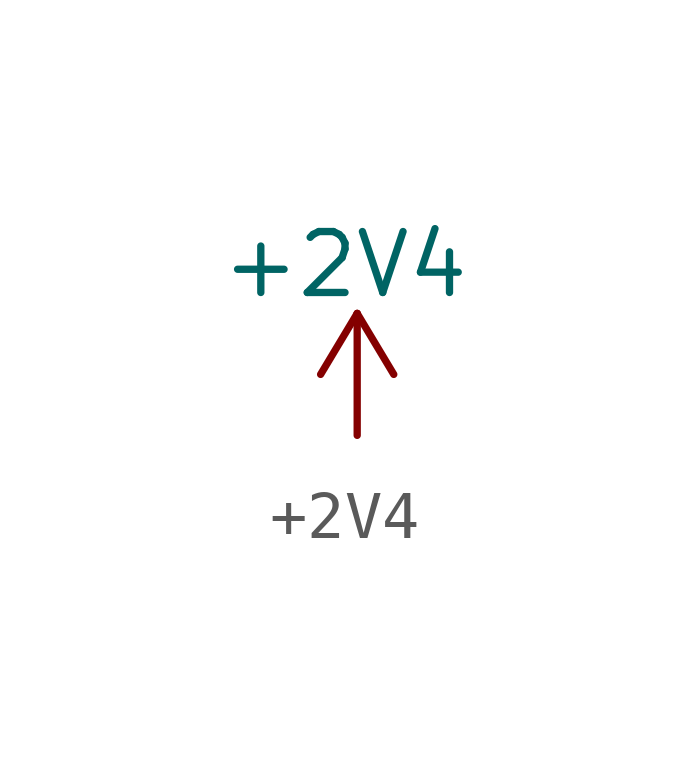
<source format=kicad_sym>
(kicad_symbol_lib
  (version 20220914)
  (generator kicad_symbol_editor)
  (symbol "+2V4"
    (power)
    (property "Reference" "#PWR"
      (at 0 -5.588 0)
      (do_not_autoplace)
      (effects (font (size 1.27 1.27)) hide))
    (property "Value" "+2V4"
      (at -0.254 0 0)
      (effects (font (size 1.27 1.27))))
    (symbol "+2V4_0_1"
      (polyline (pts (xy -0.762 -2.286) (xy 0 -1.016)) (stroke (width 0) (type default)) (fill (type none)))
      (polyline (pts (xy 0 -3.556) (xy 0 -1.016)) (stroke (width 0) (type default)) (fill (type none)))
      (polyline (pts (xy 0 -1.016) (xy 0.762 -2.286)) (stroke (width 0) (type default)) (fill (type none))))
    (symbol "+2V4_1_1"
      (pin power_in line (at 0 -3.556 90) (length 0) hide (name "+2V5" (effects (font (size 1.27 1.27)))) (number "1" (effects (font (size 1.27 1.27))))))))
</source>
